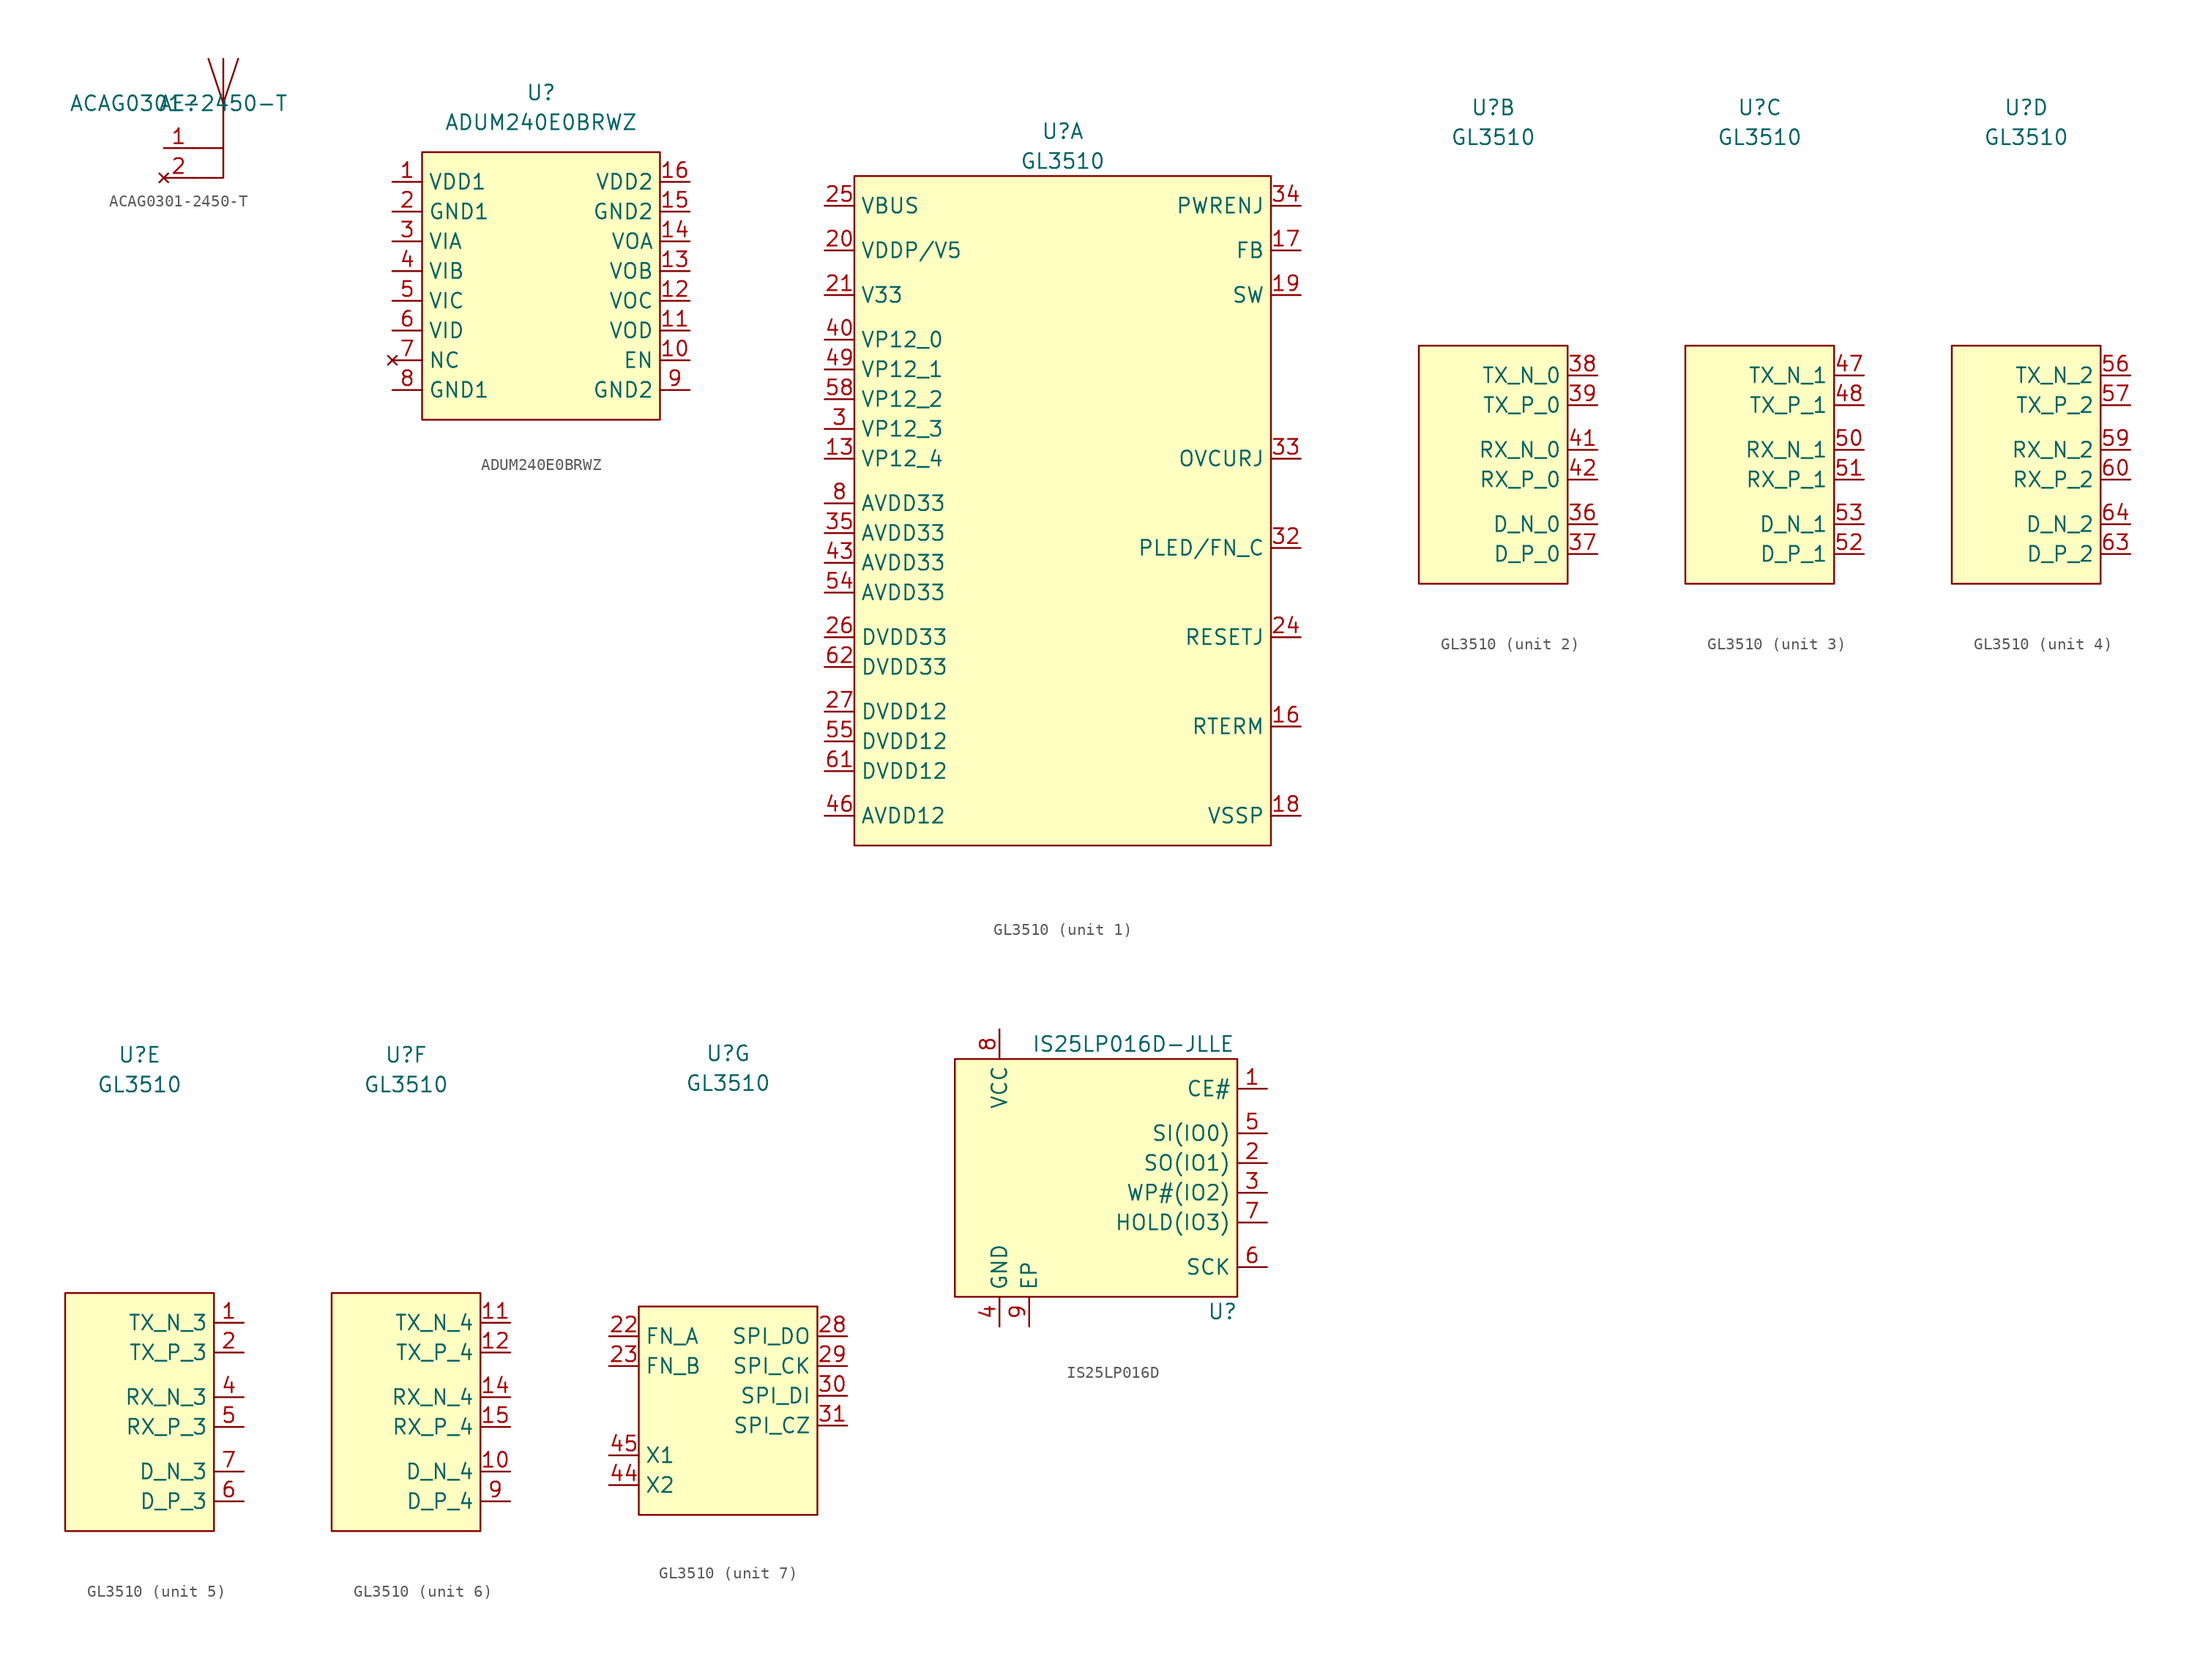
<source format=kicad_sym>
(kicad_symbol_lib
  (version 20220914)
  (generator kicad_symbol_editor)
  (symbol "ACAG0301-2450-T"
    (property "Reference" "AE"
      (at 1.27 3.81 0)
      (effects (font (size 1.27 1.27))))
    (property "Value" "ACAG0301-2450-T"
      (at 1.27 3.81 0)
      (effects (font (size 1.27 1.27))))
    (symbol "ACAG0301-2450-T_0_1"
      (polyline (pts (xy 5.08 3.81) (xy 3.81 7.62)) (stroke (width 0) (type default)) (fill (type none)))
      (polyline (pts (xy 5.08 3.81) (xy 5.08 7.62)) (stroke (width 0) (type default)) (fill (type none)))
      (polyline (pts (xy 5.08 3.81) (xy 6.35 7.62)) (stroke (width 0) (type default)) (fill (type none)))
      (polyline (pts (xy 2.54 -2.54) (xy 5.08 -2.54) (xy 5.08 0)) (stroke (width 0) (type default)) (fill (type none)))
      (polyline (pts (xy 2.54 0) (xy 5.08 0) (xy 5.08 3.81)) (stroke (width 0) (type default)) (fill (type none))))
    (symbol "ACAG0301-2450-T_1_1"
      (pin input line (at 0 0 0) (length 2.54) (name "~" (effects (font (size 1.27 1.27)))) (number "1" (effects (font (size 1.27 1.27)))))
      (pin no_connect line (at 0 -2.54 0) (length 2.54) (name "~" (effects (font (size 1.27 1.27)))) (number "2" (effects (font (size 1.27 1.27)))))))
  (symbol "ADUM240E0BRWZ"
    (property "Reference" "U"
      (at 0 16.51 0)
      (effects (font (size 1.27 1.27))))
    (property "Value" "ADUM240E0BRWZ"
      (at 0 13.97 0)
      (effects (font (size 1.27 1.27))))
    (symbol "ADUM240E0BRWZ_0_1"
      (rectangle (start -10.16 11.43) (end 10.16 -11.43) (stroke (width 0) (type default)) (fill (type background))))
    (symbol "ADUM240E0BRWZ_1_1"
      (pin input line (at -12.7 8.89 0) (length 2.54) (name "VDD1" (effects (font (size 1.27 1.27)))) (number "1" (effects (font (size 1.27 1.27)))))
      (pin input line (at 12.7 -6.35 180) (length 2.54) (name "EN" (effects (font (size 1.27 1.27)))) (number "10" (effects (font (size 1.27 1.27)))))
      (pin output line (at 12.7 -3.81 180) (length 2.54) (name "VOD" (effects (font (size 1.27 1.27)))) (number "11" (effects (font (size 1.27 1.27)))))
      (pin output line (at 12.7 -1.27 180) (length 2.54) (name "VOC" (effects (font (size 1.27 1.27)))) (number "12" (effects (font (size 1.27 1.27)))))
      (pin output line (at 12.7 1.27 180) (length 2.54) (name "VOB" (effects (font (size 1.27 1.27)))) (number "13" (effects (font (size 1.27 1.27)))))
      (pin output line (at 12.7 3.81 180) (length 2.54) (name "VOA" (effects (font (size 1.27 1.27)))) (number "14" (effects (font (size 1.27 1.27)))))
      (pin output line (at 12.7 6.35 180) (length 2.54) (name "GND2" (effects (font (size 1.27 1.27)))) (number "15" (effects (font (size 1.27 1.27)))))
      (pin input line (at 12.7 8.89 180) (length 2.54) (name "VDD2" (effects (font (size 1.27 1.27)))) (number "16" (effects (font (size 1.27 1.27)))))
      (pin output line (at -12.7 6.35 0) (length 2.54) (name "GND1" (effects (font (size 1.27 1.27)))) (number "2" (effects (font (size 1.27 1.27)))))
      (pin input line (at -12.7 3.81 0) (length 2.54) (name "VIA" (effects (font (size 1.27 1.27)))) (number "3" (effects (font (size 1.27 1.27)))))
      (pin input line (at -12.7 1.27 0) (length 2.54) (name "VIB" (effects (font (size 1.27 1.27)))) (number "4" (effects (font (size 1.27 1.27)))))
      (pin input line (at -12.7 -1.27 0) (length 2.54) (name "VIC" (effects (font (size 1.27 1.27)))) (number "5" (effects (font (size 1.27 1.27)))))
      (pin input line (at -12.7 -3.81 0) (length 2.54) (name "VID" (effects (font (size 1.27 1.27)))) (number "6" (effects (font (size 1.27 1.27)))))
      (pin no_connect line (at -12.7 -6.35 0) (length 2.54) (name "NC" (effects (font (size 1.27 1.27)))) (number "7" (effects (font (size 1.27 1.27)))))
      (pin output line (at -12.7 -8.89 0) (length 2.54) (name "GND1" (effects (font (size 1.27 1.27)))) (number "8" (effects (font (size 1.27 1.27)))))
      (pin output line (at 12.7 -8.89 180) (length 2.54) (name "GND2" (effects (font (size 1.27 1.27)))) (number "9" (effects (font (size 1.27 1.27)))))))
  (symbol "GL3510"
    (property "Reference" "U"
      (at 0 30.48 0)
      (effects (font (size 1.27 1.27))))
    (property "Value" "GL3510"
      (at 0 27.94 0)
      (effects (font (size 1.27 1.27))))
    (property "ki_locked" ""
      (at 0 0 0)
      (effects (font (size 1.27 1.27))))
    (symbol "GL3510_1_1"
      (rectangle (start -17.78 26.67) (end 17.78 -30.48) (stroke (width 0) (type default)) (fill (type background)))
      (pin power_in line (at -20.32 2.54 0) (length 2.54) (name "VP12_4" (effects (font (size 1.27 1.27)))) (number "13" (effects (font (size 1.27 1.27)))))
      (pin input line (at 20.32 -20.32 180) (length 2.54) (name "RTERM" (effects (font (size 1.27 1.27)))) (number "16" (effects (font (size 1.27 1.27)))))
      (pin input line (at 20.32 20.32 180) (length 2.54) (name "FB" (effects (font (size 1.27 1.27)))) (number "17" (effects (font (size 1.27 1.27)))))
      (pin power_out line (at 20.32 -27.94 180) (length 2.54) (name "VSSP" (effects (font (size 1.27 1.27)))) (number "18" (effects (font (size 1.27 1.27)))))
      (pin input line (at 20.32 16.51 180) (length 2.54) (name "SW" (effects (font (size 1.27 1.27)))) (number "19" (effects (font (size 1.27 1.27)))))
      (pin power_in line (at -20.32 20.32 0) (length 2.54) (name "VDDP/V5" (effects (font (size 1.27 1.27)))) (number "20" (effects (font (size 1.27 1.27)))))
      (pin bidirectional line (at -20.32 16.51 0) (length 2.54) (name "V33" (effects (font (size 1.27 1.27)))) (number "21" (effects (font (size 1.27 1.27)))))
      (pin input line (at 20.32 -12.7 180) (length 2.54) (name "RESETJ" (effects (font (size 1.27 1.27)))) (number "24" (effects (font (size 1.27 1.27)))))
      (pin power_in line (at -20.32 24.13 0) (length 2.54) (name "VBUS" (effects (font (size 1.27 1.27)))) (number "25" (effects (font (size 1.27 1.27)))))
      (pin power_in line (at -20.32 -12.7 0) (length 2.54) (name "DVDD33" (effects (font (size 1.27 1.27)))) (number "26" (effects (font (size 1.27 1.27)))))
      (pin power_in line (at -20.32 -19.05 0) (length 2.54) (name "DVDD12" (effects (font (size 1.27 1.27)))) (number "27" (effects (font (size 1.27 1.27)))))
      (pin power_in line (at -20.32 5.08 0) (length 2.54) (name "VP12_3" (effects (font (size 1.27 1.27)))) (number "3" (effects (font (size 1.27 1.27)))))
      (pin input line (at 20.32 -5.08 180) (length 2.54) (name "PLED/FN_C" (effects (font (size 1.27 1.27)))) (number "32" (effects (font (size 1.27 1.27)))))
      (pin input line (at 20.32 2.54 180) (length 2.54) (name "OVCURJ" (effects (font (size 1.27 1.27)))) (number "33" (effects (font (size 1.27 1.27)))))
      (pin bidirectional line (at 20.32 24.13 180) (length 2.54) (name "PWRENJ" (effects (font (size 1.27 1.27)))) (number "34" (effects (font (size 1.27 1.27)))))
      (pin power_in line (at -20.32 -3.81 0) (length 2.54) (name "AVDD33" (effects (font (size 1.27 1.27)))) (number "35" (effects (font (size 1.27 1.27)))))
      (pin power_in line (at -20.32 12.7 0) (length 2.54) (name "VP12_0" (effects (font (size 1.27 1.27)))) (number "40" (effects (font (size 1.27 1.27)))))
      (pin power_in line (at -20.32 -6.35 0) (length 2.54) (name "AVDD33" (effects (font (size 1.27 1.27)))) (number "43" (effects (font (size 1.27 1.27)))))
      (pin power_in line (at -20.32 -27.94 0) (length 2.54) (name "AVDD12" (effects (font (size 1.27 1.27)))) (number "46" (effects (font (size 1.27 1.27)))))
      (pin power_in line (at -20.32 10.16 0) (length 2.54) (name "VP12_1" (effects (font (size 1.27 1.27)))) (number "49" (effects (font (size 1.27 1.27)))))
      (pin power_in line (at -20.32 -8.89 0) (length 2.54) (name "AVDD33" (effects (font (size 1.27 1.27)))) (number "54" (effects (font (size 1.27 1.27)))))
      (pin power_in line (at -20.32 -21.59 0) (length 2.54) (name "DVDD12" (effects (font (size 1.27 1.27)))) (number "55" (effects (font (size 1.27 1.27)))))
      (pin power_in line (at -20.32 7.62 0) (length 2.54) (name "VP12_2" (effects (font (size 1.27 1.27)))) (number "58" (effects (font (size 1.27 1.27)))))
      (pin power_in line (at -20.32 -24.13 0) (length 2.54) (name "DVDD12" (effects (font (size 1.27 1.27)))) (number "61" (effects (font (size 1.27 1.27)))))
      (pin power_in line (at -20.32 -15.24 0) (length 2.54) (name "DVDD33" (effects (font (size 1.27 1.27)))) (number "62" (effects (font (size 1.27 1.27)))))
      (pin power_in line (at -20.32 -1.27 0) (length 2.54) (name "AVDD33" (effects (font (size 1.27 1.27)))) (number "8" (effects (font (size 1.27 1.27))))))
    (symbol "GL3510_2_1"
      (rectangle (start -6.35 10.16) (end 6.35 -10.16) (stroke (width 0) (type default)) (fill (type background)))
      (pin bidirectional line (at 8.89 -5.08 180) (length 2.54) (name "D_N_0" (effects (font (size 1.27 1.27)))) (number "36" (effects (font (size 1.27 1.27)))))
      (pin bidirectional line (at 8.89 -7.62 180) (length 2.54) (name "D_P_0" (effects (font (size 1.27 1.27)))) (number "37" (effects (font (size 1.27 1.27)))))
      (pin output line (at 8.89 7.62 180) (length 2.54) (name "TX_N_0" (effects (font (size 1.27 1.27)))) (number "38" (effects (font (size 1.27 1.27)))))
      (pin output line (at 8.89 5.08 180) (length 2.54) (name "TX_P_0" (effects (font (size 1.27 1.27)))) (number "39" (effects (font (size 1.27 1.27)))))
      (pin input line (at 8.89 1.27 180) (length 2.54) (name "RX_N_0" (effects (font (size 1.27 1.27)))) (number "41" (effects (font (size 1.27 1.27)))))
      (pin input line (at 8.89 -1.27 180) (length 2.54) (name "RX_P_0" (effects (font (size 1.27 1.27)))) (number "42" (effects (font (size 1.27 1.27))))))
    (symbol "GL3510_3_1"
      (rectangle (start -6.35 10.16) (end 6.35 -10.16) (stroke (width 0) (type default)) (fill (type background)))
      (pin output line (at 8.89 7.62 180) (length 2.54) (name "TX_N_1" (effects (font (size 1.27 1.27)))) (number "47" (effects (font (size 1.27 1.27)))))
      (pin output line (at 8.89 5.08 180) (length 2.54) (name "TX_P_1" (effects (font (size 1.27 1.27)))) (number "48" (effects (font (size 1.27 1.27)))))
      (pin input line (at 8.89 1.27 180) (length 2.54) (name "RX_N_1" (effects (font (size 1.27 1.27)))) (number "50" (effects (font (size 1.27 1.27)))))
      (pin input line (at 8.89 -1.27 180) (length 2.54) (name "RX_P_1" (effects (font (size 1.27 1.27)))) (number "51" (effects (font (size 1.27 1.27)))))
      (pin bidirectional line (at 8.89 -7.62 180) (length 2.54) (name "D_P_1" (effects (font (size 1.27 1.27)))) (number "52" (effects (font (size 1.27 1.27)))))
      (pin bidirectional line (at 8.89 -5.08 180) (length 2.54) (name "D_N_1" (effects (font (size 1.27 1.27)))) (number "53" (effects (font (size 1.27 1.27))))))
    (symbol "GL3510_4_1"
      (rectangle (start -6.35 10.16) (end 6.35 -10.16) (stroke (width 0) (type default)) (fill (type background)))
      (pin output line (at 8.89 7.62 180) (length 2.54) (name "TX_N_2" (effects (font (size 1.27 1.27)))) (number "56" (effects (font (size 1.27 1.27)))))
      (pin output line (at 8.89 5.08 180) (length 2.54) (name "TX_P_2" (effects (font (size 1.27 1.27)))) (number "57" (effects (font (size 1.27 1.27)))))
      (pin input line (at 8.89 1.27 180) (length 2.54) (name "RX_N_2" (effects (font (size 1.27 1.27)))) (number "59" (effects (font (size 1.27 1.27)))))
      (pin input line (at 8.89 -1.27 180) (length 2.54) (name "RX_P_2" (effects (font (size 1.27 1.27)))) (number "60" (effects (font (size 1.27 1.27)))))
      (pin bidirectional line (at 8.89 -7.62 180) (length 2.54) (name "D_P_2" (effects (font (size 1.27 1.27)))) (number "63" (effects (font (size 1.27 1.27)))))
      (pin bidirectional line (at 8.89 -5.08 180) (length 2.54) (name "D_N_2" (effects (font (size 1.27 1.27)))) (number "64" (effects (font (size 1.27 1.27))))))
    (symbol "GL3510_5_1"
      (rectangle (start -6.35 10.16) (end 6.35 -10.16) (stroke (width 0) (type default)) (fill (type background)))
      (pin output line (at 8.89 7.62 180) (length 2.54) (name "TX_N_3" (effects (font (size 1.27 1.27)))) (number "1" (effects (font (size 1.27 1.27)))))
      (pin output line (at 8.89 5.08 180) (length 2.54) (name "TX_P_3" (effects (font (size 1.27 1.27)))) (number "2" (effects (font (size 1.27 1.27)))))
      (pin input line (at 8.89 1.27 180) (length 2.54) (name "RX_N_3" (effects (font (size 1.27 1.27)))) (number "4" (effects (font (size 1.27 1.27)))))
      (pin input line (at 8.89 -1.27 180) (length 2.54) (name "RX_P_3" (effects (font (size 1.27 1.27)))) (number "5" (effects (font (size 1.27 1.27)))))
      (pin bidirectional line (at 8.89 -7.62 180) (length 2.54) (name "D_P_3" (effects (font (size 1.27 1.27)))) (number "6" (effects (font (size 1.27 1.27)))))
      (pin bidirectional line (at 8.89 -5.08 180) (length 2.54) (name "D_N_3" (effects (font (size 1.27 1.27)))) (number "7" (effects (font (size 1.27 1.27))))))
    (symbol "GL3510_6_1"
      (rectangle (start -6.35 10.16) (end 6.35 -10.16) (stroke (width 0) (type default)) (fill (type background)))
      (pin bidirectional line (at 8.89 -5.08 180) (length 2.54) (name "D_N_4" (effects (font (size 1.27 1.27)))) (number "10" (effects (font (size 1.27 1.27)))))
      (pin output line (at 8.89 7.62 180) (length 2.54) (name "TX_N_4" (effects (font (size 1.27 1.27)))) (number "11" (effects (font (size 1.27 1.27)))))
      (pin output line (at 8.89 5.08 180) (length 2.54) (name "TX_P_4" (effects (font (size 1.27 1.27)))) (number "12" (effects (font (size 1.27 1.27)))))
      (pin input line (at 8.89 1.27 180) (length 2.54) (name "RX_N_4" (effects (font (size 1.27 1.27)))) (number "14" (effects (font (size 1.27 1.27)))))
      (pin input line (at 8.89 -1.27 180) (length 2.54) (name "RX_P_4" (effects (font (size 1.27 1.27)))) (number "15" (effects (font (size 1.27 1.27)))))
      (pin bidirectional line (at 8.89 -7.62 180) (length 2.54) (name "D_P_4" (effects (font (size 1.27 1.27)))) (number "9" (effects (font (size 1.27 1.27))))))
    (symbol "GL3510_7_1"
      (rectangle (start -7.62 8.89) (end 7.62 -8.89) (stroke (width 0) (type default)) (fill (type background)))
      (pin input line (at -10.16 6.35 0) (length 2.54) (name "FN_A" (effects (font (size 1.27 1.27)))) (number "22" (effects (font (size 1.27 1.27)))))
      (pin input line (at -10.16 3.81 0) (length 2.54) (name "FN_B" (effects (font (size 1.27 1.27)))) (number "23" (effects (font (size 1.27 1.27)))))
      (pin bidirectional line (at 10.16 6.35 180) (length 2.54) (name "SPI_DO" (effects (font (size 1.27 1.27)))) (number "28" (effects (font (size 1.27 1.27)))))
      (pin bidirectional line (at 10.16 3.81 180) (length 2.54) (name "SPI_CK" (effects (font (size 1.27 1.27)))) (number "29" (effects (font (size 1.27 1.27)))))
      (pin bidirectional line (at 10.16 1.27 180) (length 2.54) (name "SPI_DI" (effects (font (size 1.27 1.27)))) (number "30" (effects (font (size 1.27 1.27)))))
      (pin bidirectional line (at 10.16 -1.27 180) (length 2.54) (name "SPI_CZ" (effects (font (size 1.27 1.27)))) (number "31" (effects (font (size 1.27 1.27)))))
      (pin output line (at -10.16 -6.35 0) (length 2.54) (name "X2" (effects (font (size 1.27 1.27)))) (number "44" (effects (font (size 1.27 1.27)))))
      (pin input line (at -10.16 -3.81 0) (length 2.54) (name "X1" (effects (font (size 1.27 1.27)))) (number "45" (effects (font (size 1.27 1.27)))))))
  (symbol "IS25LP016D"
    (property "Reference" "U"
      (at 22.86 -21.59 0)
      (effects (font (size 1.27 1.27))))
    (property "Value" "IS25LP016D-JLLE"
      (at 15.24 1.27 0)
      (effects (font (size 1.27 1.27))))
    (symbol "IS25LP016D_1_1"
      (rectangle (start 0 0) (end 24.13 -20.32) (stroke (width 0) (type default)) (fill (type background)))
      (pin input line (at 26.67 -2.54 180) (length 2.54) (name "CE#" (effects (font (size 1.27 1.27)))) (number "1" (effects (font (size 1.27 1.27)))))
      (pin bidirectional line (at 26.67 -8.89 180) (length 2.54) (name "SO(IO1)" (effects (font (size 1.27 1.27)))) (number "2" (effects (font (size 1.27 1.27)))))
      (pin bidirectional line (at 26.67 -11.43 180) (length 2.54) (name "WP#(IO2)" (effects (font (size 1.27 1.27)))) (number "3" (effects (font (size 1.27 1.27)))))
      (pin power_out line (at 3.81 -22.86 90) (length 2.54) (name "GND" (effects (font (size 1.27 1.27)))) (number "4" (effects (font (size 1.27 1.27)))))
      (pin bidirectional line (at 26.67 -6.35 180) (length 2.54) (name "SI(IO0)" (effects (font (size 1.27 1.27)))) (number "5" (effects (font (size 1.27 1.27)))))
      (pin input line (at 26.67 -17.78 180) (length 2.54) (name "SCK" (effects (font (size 1.27 1.27)))) (number "6" (effects (font (size 1.27 1.27)))))
      (pin bidirectional line (at 26.67 -13.97 180) (length 2.54) (name "HOLD(IO3)" (effects (font (size 1.27 1.27)))) (number "7" (effects (font (size 1.27 1.27)))))
      (pin power_in line (at 3.81 2.54 270) (length 2.54) (name "VCC" (effects (font (size 1.27 1.27)))) (number "8" (effects (font (size 1.27 1.27)))))
      (pin power_out line (at 6.35 -22.86 90) (length 2.54) (name "EP" (effects (font (size 1.27 1.27)))) (number "9" (effects (font (size 1.27 1.27))))))))
</source>
